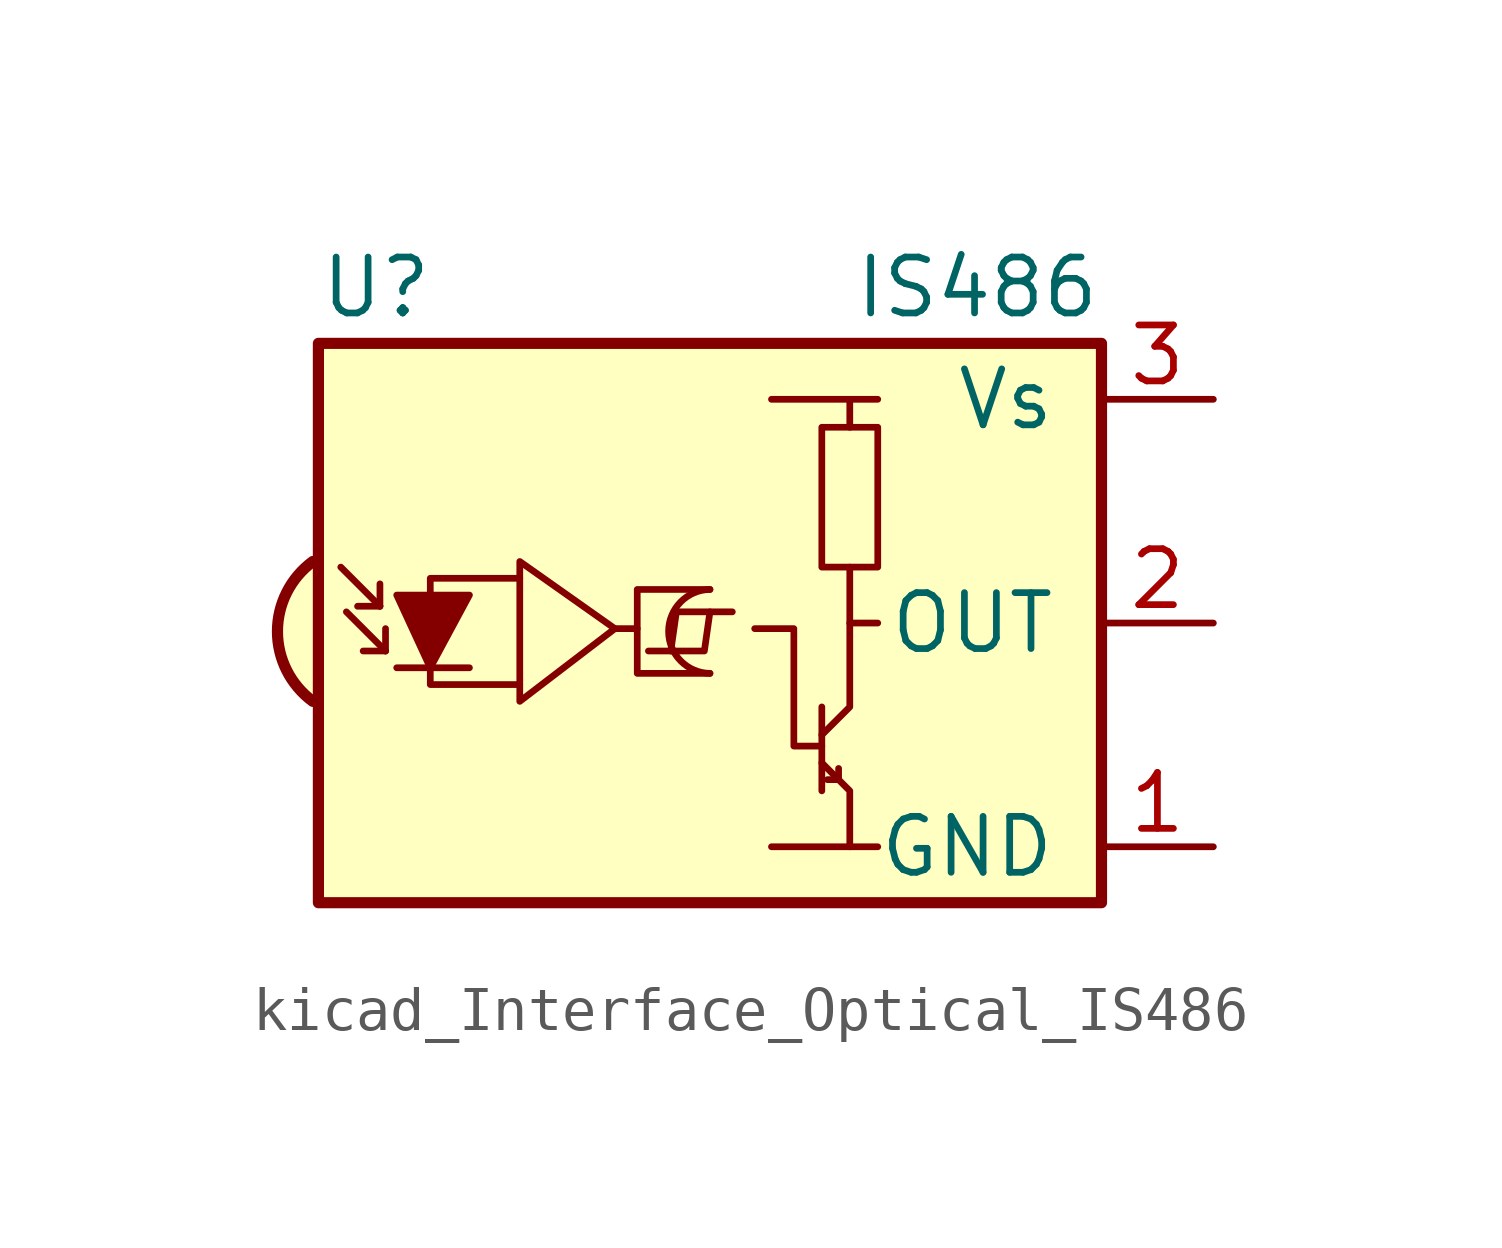
<source format=kicad_sym>
(kicad_symbol_lib
  (version 20220914)
  (generator kicad_symbol_editor)
  (symbol "kicad_Interface_Optical_IS486"
    (pin_names
      (offset 1.016))
    (property "Reference" "U"
      (at -10.16 7.62 0)
      (effects (font (size 1.27 1.27)) (justify left)))
    (property "Value" "IS486"
      (at 7.62 7.62 0)
      (effects (font (size 1.27 1.27)) (justify right)))
    (symbol "kicad_Interface_Optical_IS486_0_0"
      (arc (start -10.287 1.397) (mid -11.0899 -0.1852) (end -10.287 -1.778) (stroke (width 0.254) (type default)) (fill (type background)))
      (polyline (pts (xy 1.905 -5.08) (xy 0.127 -5.08)) (stroke (width 0) (type default)) (fill (type none)))
      (polyline (pts (xy 1.905 5.08) (xy 0.127 5.08)) (stroke (width 0) (type default)) (fill (type none))))
    (symbol "kicad_Interface_Optical_IS486_0_1"
      (arc (start -1.27 0.762) (mid -2.2099 -0.1905) (end -1.27 -1.143) (stroke (width 0) (type default)) (fill (type none)))
      (polyline (pts (xy -8.763 0.381) (xy -9.652 1.27)) (stroke (width 0) (type default)) (fill (type none)))
      (polyline (pts (xy -8.763 0.381) (xy -9.271 0.381)) (stroke (width 0) (type default)) (fill (type none)))
      (polyline (pts (xy -8.763 0.381) (xy -8.763 0.889)) (stroke (width 0) (type default)) (fill (type none)))
      (polyline (pts (xy -8.636 -0.635) (xy -9.525 0.254)) (stroke (width 0) (type default)) (fill (type none)))
      (polyline (pts (xy -8.636 -0.635) (xy -9.144 -0.635)) (stroke (width 0) (type default)) (fill (type none)))
      (polyline (pts (xy -8.636 -0.635) (xy -8.636 -0.127)) (stroke (width 0) (type default)) (fill (type none)))
      (polyline (pts (xy -8.382 -1.016) (xy -6.731 -1.016)) (stroke (width 0) (type default)) (fill (type none)))
      (polyline (pts (xy -3.429 -0.127) (xy -2.921 -0.127)) (stroke (width 0) (type default)) (fill (type none)))
      (polyline (pts (xy 1.27 -1.905) (xy 1.27 -3.81)) (stroke (width 0) (type default)) (fill (type none)))
      (polyline (pts (xy 1.397 -3.556) (xy 1.524 -3.556)) (stroke (width 0) (type default)) (fill (type none)))
      (polyline (pts (xy 1.651 -3.556) (xy 1.524 -3.556)) (stroke (width 0) (type default)) (fill (type none)))
      (polyline (pts (xy 1.651 -3.556) (xy 1.651 -3.302)) (stroke (width 0) (type default)) (fill (type none)))
      (polyline (pts (xy 1.905 0) (xy 1.905 1.27)) (stroke (width 0) (type default)) (fill (type none)))
      (polyline (pts (xy -2.667 -0.635) (xy -1.397 -0.635) (xy -1.27 0.254)) (stroke (width 0) (type default)) (fill (type none)))
      (polyline (pts (xy -0.762 0.254) (xy -2.032 0.254) (xy -2.159 -0.635)) (stroke (width 0) (type default)) (fill (type none)))
      (polyline (pts (xy 1.905 4.445) (xy 1.905 5.08) (xy 2.54 5.08)) (stroke (width 0) (type default)) (fill (type none)))
      (polyline (pts (xy -8.382 0.635) (xy -6.731 0.635) (xy -7.62 -1.016) (xy -8.382 0.635)) (stroke (width 0) (type default)) (fill (type outline)))
      (polyline (pts (xy -5.588 -1.397) (xy -7.62 -1.397) (xy -7.62 1.016) (xy -5.588 1.016)) (stroke (width 0) (type default)) (fill (type none)))
      (polyline (pts (xy -3.429 -0.127) (xy -5.588 1.397) (xy -5.588 -1.778) (xy -3.429 -0.127)) (stroke (width 0) (type default)) (fill (type none)))
      (polyline (pts (xy -1.27 0.762) (xy -2.921 0.762) (xy -2.921 -1.143) (xy -1.27 -1.143)) (stroke (width 0) (type default)) (fill (type none)))
      (polyline (pts (xy 1.27 -3.175) (xy 1.905 -3.81) (xy 1.905 -5.08) (xy 2.54 -5.08)) (stroke (width 0) (type default)) (fill (type none)))
      (polyline (pts (xy 1.27 -2.794) (xy 0.635 -2.794) (xy 0.635 -0.127) (xy -0.254 -0.127)) (stroke (width 0) (type default)) (fill (type none)))
      (polyline (pts (xy 1.27 -2.54) (xy 1.905 -1.905) (xy 1.905 0) (xy 2.54 0)) (stroke (width 0) (type default)) (fill (type none)))
      (rectangle (start 2.54 1.27) (end 1.27 4.445) (stroke (width 0) (type default)) (fill (type none)))
      (rectangle (start 7.62 6.35) (end -10.16 -6.35) (stroke (width 0.254) (type default)) (fill (type background))))
    (symbol "kicad_Interface_Optical_IS486_1_1"
      (pin power_in line (at 10.16 -5.08 180) (length 2.54) (name "GND" (effects (font (size 1.27 1.27)))) (number "1" (effects (font (size 1.27 1.27)))))
      (pin output line (at 10.16 0 180) (length 2.54) (name "OUT" (effects (font (size 1.27 1.27)))) (number "2" (effects (font (size 1.27 1.27)))))
      (pin power_in line (at 10.16 5.08 180) (length 2.54) (name "Vs" (effects (font (size 1.27 1.27)))) (number "3" (effects (font (size 1.27 1.27))))))))
</source>
